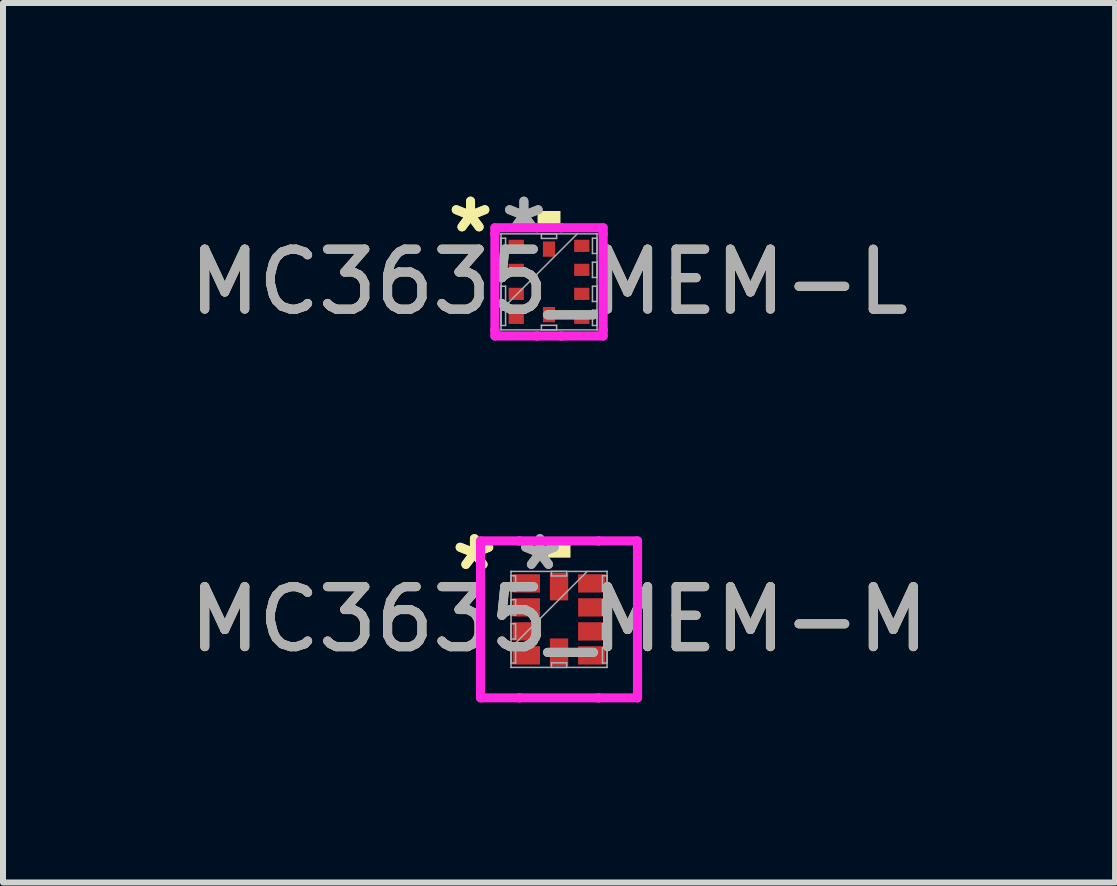
<source format=kicad_pcb>
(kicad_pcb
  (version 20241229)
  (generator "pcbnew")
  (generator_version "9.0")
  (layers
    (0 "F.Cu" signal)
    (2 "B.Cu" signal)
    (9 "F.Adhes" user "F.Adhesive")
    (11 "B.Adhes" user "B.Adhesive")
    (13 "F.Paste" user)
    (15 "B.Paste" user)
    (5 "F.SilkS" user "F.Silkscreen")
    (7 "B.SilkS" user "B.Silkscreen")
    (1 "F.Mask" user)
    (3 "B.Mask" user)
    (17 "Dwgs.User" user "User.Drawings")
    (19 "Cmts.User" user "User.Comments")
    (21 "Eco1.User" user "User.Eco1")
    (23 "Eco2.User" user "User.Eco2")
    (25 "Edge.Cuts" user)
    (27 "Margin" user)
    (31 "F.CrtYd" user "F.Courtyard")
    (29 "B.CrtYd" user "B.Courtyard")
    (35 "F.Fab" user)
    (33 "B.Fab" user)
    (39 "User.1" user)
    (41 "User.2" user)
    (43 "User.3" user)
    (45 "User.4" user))
  (footprint "MC3635_MEM-M"
    (layer "F.Cu")
    (at 6.268 7.274)
    (property "Reference" "MC3635_MEM-M" (at 0 0 0) (unlocked yes) (layer "F.SilkS") (effects (font (size 1 1) (thickness 0.15))))
    (attr smd)
    (fp_poly (pts (xy -0.191 -1.029) (xy -0.191 -1.283) (xy 0.191 -1.283) (xy 0.191 -1.029)) (stroke (width 0) (type solid)) (fill yes) (layer "F.SilkS"))
    (fp_line (start -1.308 -1.308) (end -0.66 -1.308) (stroke (width 0.152) (type solid)) (layer "F.CrtYd"))
    (fp_line (start -1.308 -1.26) (end -1.308 -1.308) (stroke (width 0.152) (type solid)) (layer "F.CrtYd"))
    (fp_line (start -1.308 -1.26) (end -1.308 -1.26) (stroke (width 0.152) (type solid)) (layer "F.CrtYd"))
    (fp_line (start -1.308 1.26) (end -1.308 -1.26) (stroke (width 0.152) (type solid)) (layer "F.CrtYd"))
    (fp_line (start -1.308 1.26) (end -1.308 1.26) (stroke (width 0.152) (type solid)) (layer "F.CrtYd"))
    (fp_line (start -1.308 1.308) (end -1.308 1.26) (stroke (width 0.152) (type solid)) (layer "F.CrtYd"))
    (fp_line (start -0.66 -1.308) (end -0.66 -1.308) (stroke (width 0.152) (type solid)) (layer "F.CrtYd"))
    (fp_line (start -0.66 -1.308) (end 0.66 -1.308) (stroke (width 0.152) (type solid)) (layer "F.CrtYd"))
    (fp_line (start -0.66 1.308) (end -1.308 1.308) (stroke (width 0.152) (type solid)) (layer "F.CrtYd"))
    (fp_line (start -0.66 1.308) (end -0.66 1.308) (stroke (width 0.152) (type solid)) (layer "F.CrtYd"))
    (fp_line (start 0.66 -1.308) (end 0.66 -1.308) (stroke (width 0.152) (type solid)) (layer "F.CrtYd"))
    (fp_line (start 0.66 -1.308) (end 1.308 -1.308) (stroke (width 0.152) (type solid)) (layer "F.CrtYd"))
    (fp_line (start 0.66 1.308) (end -0.66 1.308) (stroke (width 0.152) (type solid)) (layer "F.CrtYd"))
    (fp_line (start 0.66 1.308) (end 0.66 1.308) (stroke (width 0.152) (type solid)) (layer "F.CrtYd"))
    (fp_line (start 1.308 -1.308) (end 1.308 -1.26) (stroke (width 0.152) (type solid)) (layer "F.CrtYd"))
    (fp_line (start 1.308 -1.26) (end 1.308 -1.26) (stroke (width 0.152) (type solid)) (layer "F.CrtYd"))
    (fp_line (start 1.308 -1.26) (end 1.308 1.26) (stroke (width 0.152) (type solid)) (layer "F.CrtYd"))
    (fp_line (start 1.308 1.26) (end 1.308 1.26) (stroke (width 0.152) (type solid)) (layer "F.CrtYd"))
    (fp_line (start 1.308 1.26) (end 1.308 1.308) (stroke (width 0.152) (type solid)) (layer "F.CrtYd"))
    (fp_line (start 1.308 1.308) (end 0.66 1.308) (stroke (width 0.152) (type solid)) (layer "F.CrtYd"))
    (fp_line (start -0.8 -0.8) (end -0.8 -0.8) (stroke (width 0.025) (type solid)) (layer "F.Fab"))
    (fp_line (start -0.8 -0.8) (end -0.8 0.8) (stroke (width 0.025) (type solid)) (layer "F.Fab"))
    (fp_line (start -0.8 -0.727) (end -0.724 -0.727) (stroke (width 0.025) (type solid)) (layer "F.Fab"))
    (fp_line (start -0.8 -0.473) (end -0.8 -0.727) (stroke (width 0.025) (type solid)) (layer "F.Fab"))
    (fp_line (start -0.8 -0.327) (end -0.724 -0.327) (stroke (width 0.025) (type solid)) (layer "F.Fab"))
    (fp_line (start -0.8 -0.073) (end -0.8 -0.327) (stroke (width 0.025) (type solid)) (layer "F.Fab"))
    (fp_line (start -0.8 0.073) (end -0.724 0.073) (stroke (width 0.025) (type solid)) (layer "F.Fab"))
    (fp_line (start -0.8 0.327) (end -0.8 0.073) (stroke (width 0.025) (type solid)) (layer "F.Fab"))
    (fp_line (start -0.8 0.47) (end 0.47 -0.8) (stroke (width 0.025) (type solid)) (layer "F.Fab"))
    (fp_line (start -0.8 0.473) (end -0.724 0.473) (stroke (width 0.025) (type solid)) (layer "F.Fab"))
    (fp_line (start -0.8 0.727) (end -0.8 0.473) (stroke (width 0.025) (type solid)) (layer "F.Fab"))
    (fp_line (start -0.8 0.8) (end -0.8 0.8) (stroke (width 0.025) (type solid)) (layer "F.Fab"))
    (fp_line (start -0.8 0.8) (end 0.8 0.8) (stroke (width 0.025) (type solid)) (layer "F.Fab"))
    (fp_line (start -0.724 -0.727) (end -0.724 -0.473) (stroke (width 0.025) (type solid)) (layer "F.Fab"))
    (fp_line (start -0.724 -0.473) (end -0.8 -0.473) (stroke (width 0.025) (type solid)) (layer "F.Fab"))
    (fp_line (start -0.724 -0.327) (end -0.724 -0.073) (stroke (width 0.025) (type solid)) (layer "F.Fab"))
    (fp_line (start -0.724 -0.073) (end -0.8 -0.073) (stroke (width 0.025) (type solid)) (layer "F.Fab"))
    (fp_line (start -0.724 0.073) (end -0.724 0.327) (stroke (width 0.025) (type solid)) (layer "F.Fab"))
    (fp_line (start -0.724 0.327) (end -0.8 0.327) (stroke (width 0.025) (type solid)) (layer "F.Fab"))
    (fp_line (start -0.724 0.473) (end -0.724 0.727) (stroke (width 0.025) (type solid)) (layer "F.Fab"))
    (fp_line (start -0.724 0.727) (end -0.8 0.727) (stroke (width 0.025) (type solid)) (layer "F.Fab"))
    (fp_line (start -0.127 -0.8) (end 0.127 -0.8) (stroke (width 0.025) (type solid)) (layer "F.Fab"))
    (fp_line (start -0.127 -0.724) (end -0.127 -0.8) (stroke (width 0.025) (type solid)) (layer "F.Fab"))
    (fp_line (start -0.127 0.724) (end 0.127 0.724) (stroke (width 0.025) (type solid)) (layer "F.Fab"))
    (fp_line (start -0.127 0.8) (end -0.127 0.724) (stroke (width 0.025) (type solid)) (layer "F.Fab"))
    (fp_line (start 0.127 -0.8) (end 0.127 -0.724) (stroke (width 0.025) (type solid)) (layer "F.Fab"))
    (fp_line (start 0.127 -0.724) (end -0.127 -0.724) (stroke (width 0.025) (type solid)) (layer "F.Fab"))
    (fp_line (start 0.127 0.724) (end 0.127 0.8) (stroke (width 0.025) (type solid)) (layer "F.Fab"))
    (fp_line (start 0.127 0.8) (end -0.127 0.8) (stroke (width 0.025) (type solid)) (layer "F.Fab"))
    (fp_line (start 0.724 -0.727) (end 0.8 -0.727) (stroke (width 0.025) (type solid)) (layer "F.Fab"))
    (fp_line (start 0.724 -0.473) (end 0.724 -0.727) (stroke (width 0.025) (type solid)) (layer "F.Fab"))
    (fp_line (start 0.724 -0.327) (end 0.8 -0.327) (stroke (width 0.025) (type solid)) (layer "F.Fab"))
    (fp_line (start 0.724 -0.073) (end 0.724 -0.327) (stroke (width 0.025) (type solid)) (layer "F.Fab"))
    (fp_line (start 0.724 0.073) (end 0.8 0.073) (stroke (width 0.025) (type solid)) (layer "F.Fab"))
    (fp_line (start 0.724 0.327) (end 0.724 0.073) (stroke (width 0.025) (type solid)) (layer "F.Fab"))
    (fp_line (start 0.724 0.473) (end 0.8 0.473) (stroke (width 0.025) (type solid)) (layer "F.Fab"))
    (fp_line (start 0.724 0.727) (end 0.724 0.473) (stroke (width 0.025) (type solid)) (layer "F.Fab"))
    (fp_line (start 0.8 -0.8) (end -0.8 -0.8) (stroke (width 0.025) (type solid)) (layer "F.Fab"))
    (fp_line (start 0.8 -0.8) (end 0.8 -0.8) (stroke (width 0.025) (type solid)) (layer "F.Fab"))
    (fp_line (start 0.8 -0.727) (end 0.8 -0.473) (stroke (width 0.025) (type solid)) (layer "F.Fab"))
    (fp_line (start 0.8 -0.473) (end 0.724 -0.473) (stroke (width 0.025) (type solid)) (layer "F.Fab"))
    (fp_line (start 0.8 -0.327) (end 0.8 -0.073) (stroke (width 0.025) (type solid)) (layer "F.Fab"))
    (fp_line (start 0.8 -0.073) (end 0.724 -0.073) (stroke (width 0.025) (type solid)) (layer "F.Fab"))
    (fp_line (start 0.8 0.073) (end 0.8 0.327) (stroke (width 0.025) (type solid)) (layer "F.Fab"))
    (fp_line (start 0.8 0.327) (end 0.724 0.327) (stroke (width 0.025) (type solid)) (layer "F.Fab"))
    (fp_line (start 0.8 0.473) (end 0.8 0.727) (stroke (width 0.025) (type solid)) (layer "F.Fab"))
    (fp_line (start 0.8 0.727) (end 0.724 0.727) (stroke (width 0.025) (type solid)) (layer "F.Fab"))
    (fp_line (start 0.8 0.8) (end 0.8 -0.8) (stroke (width 0.025) (type solid)) (layer "F.Fab"))
    (fp_line (start 0.8 0.8) (end 0.8 0.8) (stroke (width 0.025) (type solid)) (layer "F.Fab"))
    (fp_text user "*" (at -1.41 -0.8 0) (layer "F.SilkS") (effects (font (size 1 1) (thickness 0.15))))
    (fp_text user "*" (at -1.41 -0.8 0) (unlocked yes) (layer "F.SilkS") (effects (font (size 1 1) (thickness 0.15))))
    (fp_text user "${REFERENCE}" (at 0 0 0) (unlocked yes) (layer "F.Fab") (effects (font (size 1 1) (thickness 0.15))))
    (fp_text user "*" (at -0.318 -0.8 0) (unlocked yes) (layer "F.Fab") (effects (font (size 1 1) (thickness 0.15))))
    (fp_text user "*" (at -0.318 -0.8 0) (layer "F.Fab") (effects (font (size 1 1) (thickness 0.15))))
    (pad "1" smd rect (at -0.546 -0.6 90) (size 0.305 0.457) (layers "F.Cu" "F.Mask" "F.Paste"))
    (pad "2" smd rect (at -0.546 -0.2 90) (size 0.305 0.457) (layers "F.Cu" "F.Mask" "F.Paste"))
    (pad "3" smd rect (at -0.546 0.2 90) (size 0.305 0.457) (layers "F.Cu" "F.Mask" "F.Paste"))
    (pad "4" smd rect (at -0.546 0.6 90) (size 0.305 0.457) (layers "F.Cu" "F.Mask" "F.Paste"))
    (pad "5" smd rect (at 0 0.546) (size 0.305 0.457) (layers "F.Cu" "F.Mask" "F.Paste"))
    (pad "6" smd rect (at 0.546 0.6 90) (size 0.305 0.457) (layers "F.Cu" "F.Mask" "F.Paste"))
    (pad "7" smd rect (at 0.546 0.2 90) (size 0.305 0.457) (layers "F.Cu" "F.Mask" "F.Paste"))
    (pad "8" smd rect (at 0.546 -0.2 90) (size 0.305 0.457) (layers "F.Cu" "F.Mask" "F.Paste"))
    (pad "9" smd rect (at 0.546 -0.6 90) (size 0.305 0.457) (layers "F.Cu" "F.Mask" "F.Paste"))
    (pad "10" smd rect (at 0 -0.546) (size 0.305 0.457) (layers "F.Cu" "F.Mask" "F.Paste")))
  (footprint "MC3635_MEM-L"
    (layer "F.Cu")
    (at 6.101 1.648)
    (property "Reference" "MC3635_MEM-L" (at 0 0 0) (unlocked yes) (layer "F.SilkS") (effects (font (size 1 1) (thickness 0.15))))
    (attr smd)
    (fp_poly (pts (xy -0.191 -0.927) (xy -0.191 -1.181) (xy 0.191 -1.181) (xy 0.191 -0.927)) (stroke (width 0) (type solid)) (fill yes) (layer "F.SilkS"))
    (fp_line (start -0.902 -0.902) (end -0.203 -0.902) (stroke (width 0.152) (type solid)) (layer "F.CrtYd"))
    (fp_line (start -0.902 -0.803) (end -0.902 -0.902) (stroke (width 0.152) (type solid)) (layer "F.CrtYd"))
    (fp_line (start -0.902 -0.803) (end -0.902 -0.803) (stroke (width 0.152) (type solid)) (layer "F.CrtYd"))
    (fp_line (start -0.902 0.803) (end -0.902 -0.803) (stroke (width 0.152) (type solid)) (layer "F.CrtYd"))
    (fp_line (start -0.902 0.803) (end -0.902 0.803) (stroke (width 0.152) (type solid)) (layer "F.CrtYd"))
    (fp_line (start -0.902 0.902) (end -0.902 0.803) (stroke (width 0.152) (type solid)) (layer "F.CrtYd"))
    (fp_line (start -0.203 -0.902) (end -0.203 -0.902) (stroke (width 0.152) (type solid)) (layer "F.CrtYd"))
    (fp_line (start -0.203 -0.902) (end 0.203 -0.902) (stroke (width 0.152) (type solid)) (layer "F.CrtYd"))
    (fp_line (start -0.203 0.902) (end -0.902 0.902) (stroke (width 0.152) (type solid)) (layer "F.CrtYd"))
    (fp_line (start -0.203 0.902) (end -0.203 0.902) (stroke (width 0.152) (type solid)) (layer "F.CrtYd"))
    (fp_line (start 0.203 -0.902) (end 0.203 -0.902) (stroke (width 0.152) (type solid)) (layer "F.CrtYd"))
    (fp_line (start 0.203 -0.902) (end 0.902 -0.902) (stroke (width 0.152) (type solid)) (layer "F.CrtYd"))
    (fp_line (start 0.203 0.902) (end -0.203 0.902) (stroke (width 0.152) (type solid)) (layer "F.CrtYd"))
    (fp_line (start 0.203 0.902) (end 0.203 0.902) (stroke (width 0.152) (type solid)) (layer "F.CrtYd"))
    (fp_line (start 0.902 -0.902) (end 0.902 -0.803) (stroke (width 0.152) (type solid)) (layer "F.CrtYd"))
    (fp_line (start 0.902 -0.803) (end 0.902 -0.803) (stroke (width 0.152) (type solid)) (layer "F.CrtYd"))
    (fp_line (start 0.902 -0.803) (end 0.902 0.803) (stroke (width 0.152) (type solid)) (layer "F.CrtYd"))
    (fp_line (start 0.902 0.803) (end 0.902 0.803) (stroke (width 0.152) (type solid)) (layer "F.CrtYd"))
    (fp_line (start 0.902 0.803) (end 0.902 0.902) (stroke (width 0.152) (type solid)) (layer "F.CrtYd"))
    (fp_line (start 0.902 0.902) (end 0.203 0.902) (stroke (width 0.152) (type solid)) (layer "F.CrtYd"))
    (fp_line (start -0.8 -0.8) (end -0.8 -0.8) (stroke (width 0.025) (type solid)) (layer "F.Fab"))
    (fp_line (start -0.8 -0.8) (end -0.8 0.8) (stroke (width 0.025) (type solid)) (layer "F.Fab"))
    (fp_line (start -0.8 -0.727) (end -0.724 -0.727) (stroke (width 0.025) (type solid)) (layer "F.Fab"))
    (fp_line (start -0.8 -0.473) (end -0.8 -0.727) (stroke (width 0.025) (type solid)) (layer "F.Fab"))
    (fp_line (start -0.8 -0.327) (end -0.724 -0.327) (stroke (width 0.025) (type solid)) (layer "F.Fab"))
    (fp_line (start -0.8 -0.073) (end -0.8 -0.327) (stroke (width 0.025) (type solid)) (layer "F.Fab"))
    (fp_line (start -0.8 0.073) (end -0.724 0.073) (stroke (width 0.025) (type solid)) (layer "F.Fab"))
    (fp_line (start -0.8 0.327) (end -0.8 0.073) (stroke (width 0.025) (type solid)) (layer "F.Fab"))
    (fp_line (start -0.8 0.47) (end 0.47 -0.8) (stroke (width 0.025) (type solid)) (layer "F.Fab"))
    (fp_line (start -0.8 0.473) (end -0.724 0.473) (stroke (width 0.025) (type solid)) (layer "F.Fab"))
    (fp_line (start -0.8 0.727) (end -0.8 0.473) (stroke (width 0.025) (type solid)) (layer "F.Fab"))
    (fp_line (start -0.8 0.8) (end -0.8 0.8) (stroke (width 0.025) (type solid)) (layer "F.Fab"))
    (fp_line (start -0.8 0.8) (end 0.8 0.8) (stroke (width 0.025) (type solid)) (layer "F.Fab"))
    (fp_line (start -0.724 -0.727) (end -0.724 -0.473) (stroke (width 0.025) (type solid)) (layer "F.Fab"))
    (fp_line (start -0.724 -0.473) (end -0.8 -0.473) (stroke (width 0.025) (type solid)) (layer "F.Fab"))
    (fp_line (start -0.724 -0.327) (end -0.724 -0.073) (stroke (width 0.025) (type solid)) (layer "F.Fab"))
    (fp_line (start -0.724 -0.073) (end -0.8 -0.073) (stroke (width 0.025) (type solid)) (layer "F.Fab"))
    (fp_line (start -0.724 0.073) (end -0.724 0.327) (stroke (width 0.025) (type solid)) (layer "F.Fab"))
    (fp_line (start -0.724 0.327) (end -0.8 0.327) (stroke (width 0.025) (type solid)) (layer "F.Fab"))
    (fp_line (start -0.724 0.473) (end -0.724 0.727) (stroke (width 0.025) (type solid)) (layer "F.Fab"))
    (fp_line (start -0.724 0.727) (end -0.8 0.727) (stroke (width 0.025) (type solid)) (layer "F.Fab"))
    (fp_line (start -0.127 -0.8) (end 0.127 -0.8) (stroke (width 0.025) (type solid)) (layer "F.Fab"))
    (fp_line (start -0.127 -0.724) (end -0.127 -0.8) (stroke (width 0.025) (type solid)) (layer "F.Fab"))
    (fp_line (start -0.127 0.724) (end 0.127 0.724) (stroke (width 0.025) (type solid)) (layer "F.Fab"))
    (fp_line (start -0.127 0.8) (end -0.127 0.724) (stroke (width 0.025) (type solid)) (layer "F.Fab"))
    (fp_line (start 0.127 -0.8) (end 0.127 -0.724) (stroke (width 0.025) (type solid)) (layer "F.Fab"))
    (fp_line (start 0.127 -0.724) (end -0.127 -0.724) (stroke (width 0.025) (type solid)) (layer "F.Fab"))
    (fp_line (start 0.127 0.724) (end 0.127 0.8) (stroke (width 0.025) (type solid)) (layer "F.Fab"))
    (fp_line (start 0.127 0.8) (end -0.127 0.8) (stroke (width 0.025) (type solid)) (layer "F.Fab"))
    (fp_line (start 0.724 -0.727) (end 0.8 -0.727) (stroke (width 0.025) (type solid)) (layer "F.Fab"))
    (fp_line (start 0.724 -0.473) (end 0.724 -0.727) (stroke (width 0.025) (type solid)) (layer "F.Fab"))
    (fp_line (start 0.724 -0.327) (end 0.8 -0.327) (stroke (width 0.025) (type solid)) (layer "F.Fab"))
    (fp_line (start 0.724 -0.073) (end 0.724 -0.327) (stroke (width 0.025) (type solid)) (layer "F.Fab"))
    (fp_line (start 0.724 0.073) (end 0.8 0.073) (stroke (width 0.025) (type solid)) (layer "F.Fab"))
    (fp_line (start 0.724 0.327) (end 0.724 0.073) (stroke (width 0.025) (type solid)) (layer "F.Fab"))
    (fp_line (start 0.724 0.473) (end 0.8 0.473) (stroke (width 0.025) (type solid)) (layer "F.Fab"))
    (fp_line (start 0.724 0.727) (end 0.724 0.473) (stroke (width 0.025) (type solid)) (layer "F.Fab"))
    (fp_line (start 0.8 -0.8) (end -0.8 -0.8) (stroke (width 0.025) (type solid)) (layer "F.Fab"))
    (fp_line (start 0.8 -0.8) (end 0.8 -0.8) (stroke (width 0.025) (type solid)) (layer "F.Fab"))
    (fp_line (start 0.8 -0.727) (end 0.8 -0.473) (stroke (width 0.025) (type solid)) (layer "F.Fab"))
    (fp_line (start 0.8 -0.473) (end 0.724 -0.473) (stroke (width 0.025) (type solid)) (layer "F.Fab"))
    (fp_line (start 0.8 -0.327) (end 0.8 -0.073) (stroke (width 0.025) (type solid)) (layer "F.Fab"))
    (fp_line (start 0.8 -0.073) (end 0.724 -0.073) (stroke (width 0.025) (type solid)) (layer "F.Fab"))
    (fp_line (start 0.8 0.073) (end 0.8 0.327) (stroke (width 0.025) (type solid)) (layer "F.Fab"))
    (fp_line (start 0.8 0.327) (end 0.724 0.327) (stroke (width 0.025) (type solid)) (layer "F.Fab"))
    (fp_line (start 0.8 0.473) (end 0.8 0.727) (stroke (width 0.025) (type solid)) (layer "F.Fab"))
    (fp_line (start 0.8 0.727) (end 0.724 0.727) (stroke (width 0.025) (type solid)) (layer "F.Fab"))
    (fp_line (start 0.8 0.8) (end 0.8 -0.8) (stroke (width 0.025) (type solid)) (layer "F.Fab"))
    (fp_line (start 0.8 0.8) (end 0.8 0.8) (stroke (width 0.025) (type solid)) (layer "F.Fab"))
    (fp_text user "*" (at -1.308 -0.8 0) (unlocked yes) (layer "F.SilkS") (effects (font (size 1 1) (thickness 0.15))))
    (fp_text user "*" (at -1.308 -0.8 0) (layer "F.SilkS") (effects (font (size 1 1) (thickness 0.15))))
    (fp_text user "${REFERENCE}" (at 0 0 0) (unlocked yes) (layer "F.Fab") (effects (font (size 1 1) (thickness 0.15))))
    (fp_text user "*" (at -0.419 -0.8 0) (unlocked yes) (layer "F.Fab") (effects (font (size 1 1) (thickness 0.15))))
    (fp_text user "*" (at -0.419 -0.8 0) (layer "F.Fab") (effects (font (size 1 1) (thickness 0.15))))
    (pad "1" smd rect (at -0.546 -0.6 90) (size 0.203 0.254) (layers "F.Cu" "F.Mask" "F.Paste"))
    (pad "2" smd rect (at -0.546 -0.2 90) (size 0.203 0.254) (layers "F.Cu" "F.Mask" "F.Paste"))
    (pad "3" smd rect (at -0.546 0.2 90) (size 0.203 0.254) (layers "F.Cu" "F.Mask" "F.Paste"))
    (pad "4" smd rect (at -0.546 0.6 90) (size 0.203 0.254) (layers "F.Cu" "F.Mask" "F.Paste"))
    (pad "5" smd rect (at 0 0.546) (size 0.203 0.254) (layers "F.Cu" "F.Mask" "F.Paste"))
    (pad "6" smd rect (at 0.546 0.6 90) (size 0.203 0.254) (layers "F.Cu" "F.Mask" "F.Paste"))
    (pad "7" smd rect (at 0.546 0.2 90) (size 0.203 0.254) (layers "F.Cu" "F.Mask" "F.Paste"))
    (pad "8" smd rect (at 0.546 -0.2 90) (size 0.203 0.254) (layers "F.Cu" "F.Mask" "F.Paste"))
    (pad "9" smd rect (at 0.546 -0.6 90) (size 0.203 0.254) (layers "F.Cu" "F.Mask" "F.Paste"))
    (pad "10" smd rect (at 0 -0.546) (size 0.203 0.254) (layers "F.Cu" "F.Mask" "F.Paste")))
  (gr_rect
    (start -3 -3)
    (end 15.536 11.659)
    (stroke (width 0.1) (type default))
    (fill no)
    (layer "Edge.Cuts")))
</source>
